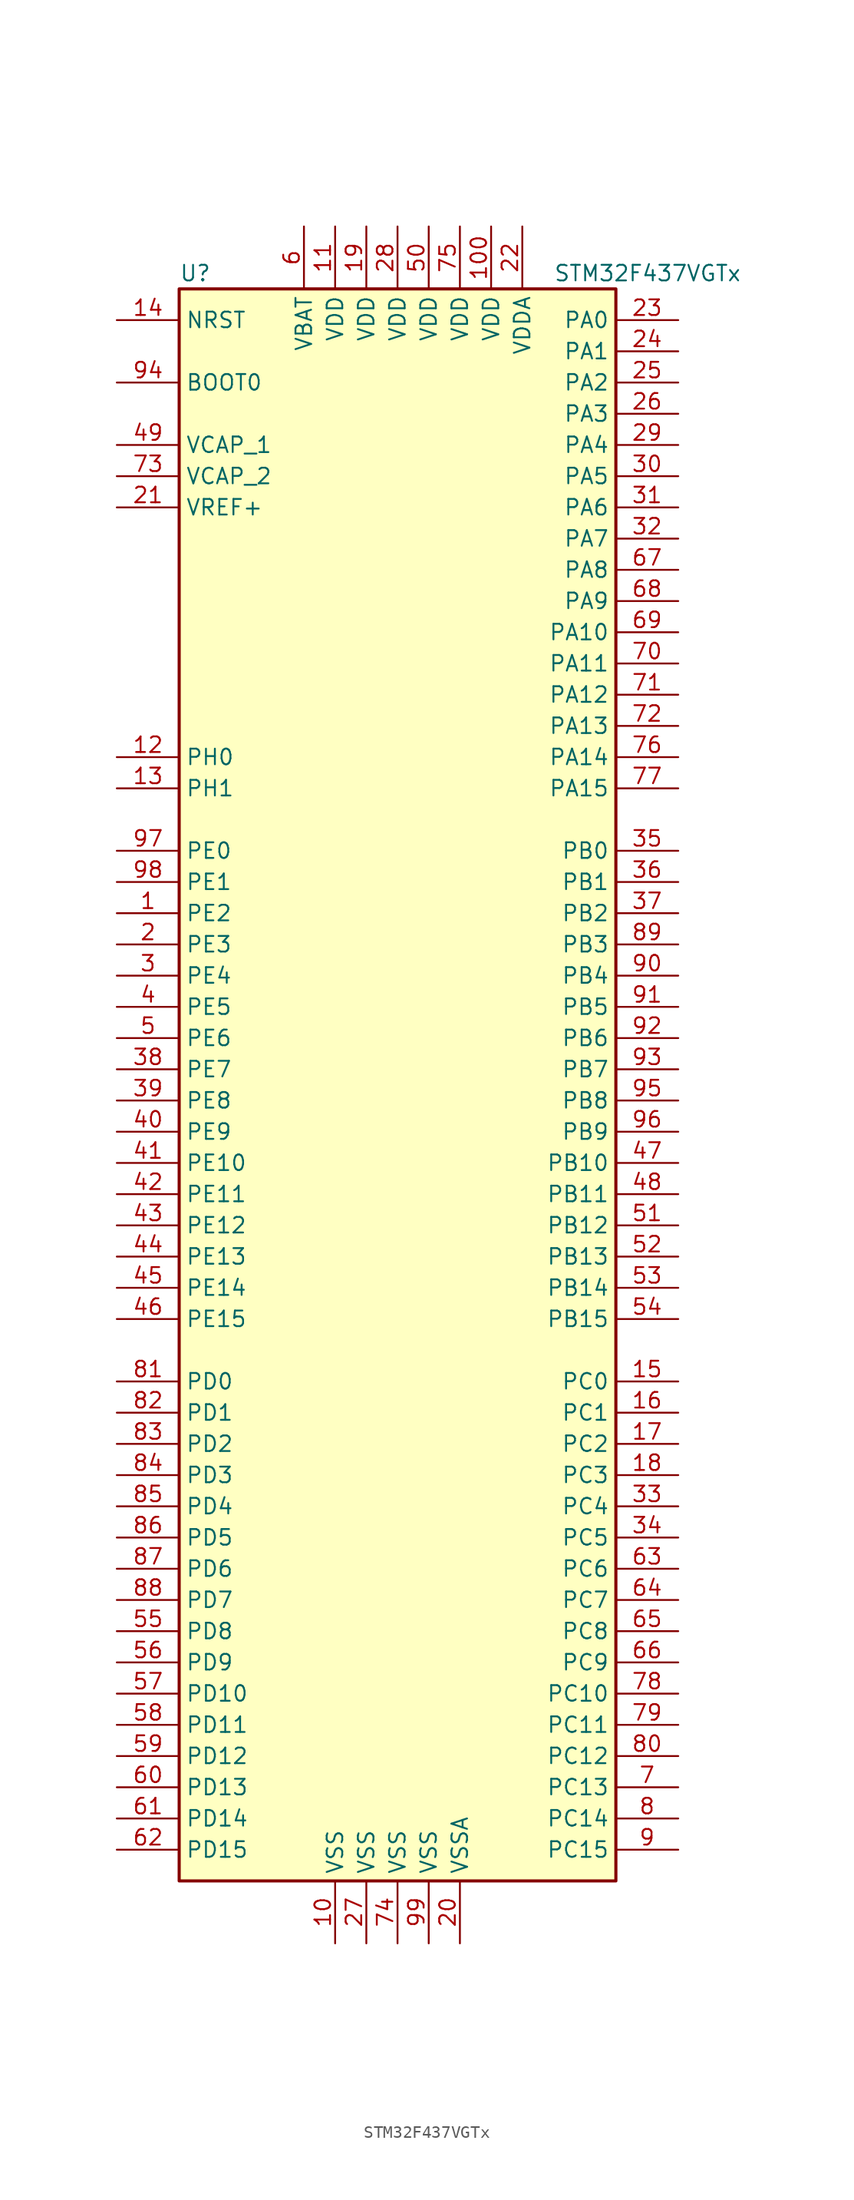
<source format=kicad_sym>
(kicad_symbol_lib
  (version 20201005)
  (generator kicad_symbol_editor)
  (symbol "MCU_ST_STM32F4:STM32F437VGTx"
    (property "Reference" "U"
      (at -17.78 64.77 0)
      (effects (font (size 1.27 1.27)) (justify left)))
    (property "Value" "STM32F437VGTx"
      (at 12.7 64.77 0)
      (effects (font (size 1.27 1.27)) (justify left)))
    (symbol "STM32F437VGTx_0_1"
      (rectangle (start -17.78 -66.04) (end 17.78 63.5) (stroke (width 0.254)) (fill (type background))))
    (symbol "STM32F437VGTx_1_1"
      (pin input line (at -22.86 55.88 0) (length 5.08) (name "BOOT0" (effects (font (size 1.27 1.27)))) (number "94" (effects (font (size 1.27 1.27)))))
      (pin input line (at -22.86 60.96 0) (length 5.08) (name "NRST" (effects (font (size 1.27 1.27)))) (number "14" (effects (font (size 1.27 1.27)))))
      (pin bidirectional line (at 22.86 60.96 180) (length 5.08) (name "PA0" (effects (font (size 1.27 1.27)))) (number "23" (effects (font (size 1.27 1.27)))))
      (pin bidirectional line (at 22.86 58.42 180) (length 5.08) (name "PA1" (effects (font (size 1.27 1.27)))) (number "24" (effects (font (size 1.27 1.27)))))
      (pin bidirectional line (at 22.86 35.56 180) (length 5.08) (name "PA10" (effects (font (size 1.27 1.27)))) (number "69" (effects (font (size 1.27 1.27)))))
      (pin bidirectional line (at 22.86 33.02 180) (length 5.08) (name "PA11" (effects (font (size 1.27 1.27)))) (number "70" (effects (font (size 1.27 1.27)))))
      (pin bidirectional line (at 22.86 30.48 180) (length 5.08) (name "PA12" (effects (font (size 1.27 1.27)))) (number "71" (effects (font (size 1.27 1.27)))))
      (pin bidirectional line (at 22.86 27.94 180) (length 5.08) (name "PA13" (effects (font (size 1.27 1.27)))) (number "72" (effects (font (size 1.27 1.27)))))
      (pin bidirectional line (at 22.86 25.4 180) (length 5.08) (name "PA14" (effects (font (size 1.27 1.27)))) (number "76" (effects (font (size 1.27 1.27)))))
      (pin bidirectional line (at 22.86 22.86 180) (length 5.08) (name "PA15" (effects (font (size 1.27 1.27)))) (number "77" (effects (font (size 1.27 1.27)))))
      (pin bidirectional line (at 22.86 55.88 180) (length 5.08) (name "PA2" (effects (font (size 1.27 1.27)))) (number "25" (effects (font (size 1.27 1.27)))))
      (pin bidirectional line (at 22.86 53.34 180) (length 5.08) (name "PA3" (effects (font (size 1.27 1.27)))) (number "26" (effects (font (size 1.27 1.27)))))
      (pin bidirectional line (at 22.86 50.8 180) (length 5.08) (name "PA4" (effects (font (size 1.27 1.27)))) (number "29" (effects (font (size 1.27 1.27)))))
      (pin bidirectional line (at 22.86 48.26 180) (length 5.08) (name "PA5" (effects (font (size 1.27 1.27)))) (number "30" (effects (font (size 1.27 1.27)))))
      (pin bidirectional line (at 22.86 45.72 180) (length 5.08) (name "PA6" (effects (font (size 1.27 1.27)))) (number "31" (effects (font (size 1.27 1.27)))))
      (pin bidirectional line (at 22.86 43.18 180) (length 5.08) (name "PA7" (effects (font (size 1.27 1.27)))) (number "32" (effects (font (size 1.27 1.27)))))
      (pin bidirectional line (at 22.86 40.64 180) (length 5.08) (name "PA8" (effects (font (size 1.27 1.27)))) (number "67" (effects (font (size 1.27 1.27)))))
      (pin bidirectional line (at 22.86 38.1 180) (length 5.08) (name "PA9" (effects (font (size 1.27 1.27)))) (number "68" (effects (font (size 1.27 1.27)))))
      (pin bidirectional line (at 22.86 17.78 180) (length 5.08) (name "PB0" (effects (font (size 1.27 1.27)))) (number "35" (effects (font (size 1.27 1.27)))))
      (pin bidirectional line (at 22.86 15.24 180) (length 5.08) (name "PB1" (effects (font (size 1.27 1.27)))) (number "36" (effects (font (size 1.27 1.27)))))
      (pin bidirectional line (at 22.86 -7.62 180) (length 5.08) (name "PB10" (effects (font (size 1.27 1.27)))) (number "47" (effects (font (size 1.27 1.27)))))
      (pin bidirectional line (at 22.86 -10.16 180) (length 5.08) (name "PB11" (effects (font (size 1.27 1.27)))) (number "48" (effects (font (size 1.27 1.27)))))
      (pin bidirectional line (at 22.86 -12.7 180) (length 5.08) (name "PB12" (effects (font (size 1.27 1.27)))) (number "51" (effects (font (size 1.27 1.27)))))
      (pin bidirectional line (at 22.86 -15.24 180) (length 5.08) (name "PB13" (effects (font (size 1.27 1.27)))) (number "52" (effects (font (size 1.27 1.27)))))
      (pin bidirectional line (at 22.86 -17.78 180) (length 5.08) (name "PB14" (effects (font (size 1.27 1.27)))) (number "53" (effects (font (size 1.27 1.27)))))
      (pin bidirectional line (at 22.86 -20.32 180) (length 5.08) (name "PB15" (effects (font (size 1.27 1.27)))) (number "54" (effects (font (size 1.27 1.27)))))
      (pin bidirectional line (at 22.86 12.7 180) (length 5.08) (name "PB2" (effects (font (size 1.27 1.27)))) (number "37" (effects (font (size 1.27 1.27)))))
      (pin bidirectional line (at 22.86 10.16 180) (length 5.08) (name "PB3" (effects (font (size 1.27 1.27)))) (number "89" (effects (font (size 1.27 1.27)))))
      (pin bidirectional line (at 22.86 7.62 180) (length 5.08) (name "PB4" (effects (font (size 1.27 1.27)))) (number "90" (effects (font (size 1.27 1.27)))))
      (pin bidirectional line (at 22.86 5.08 180) (length 5.08) (name "PB5" (effects (font (size 1.27 1.27)))) (number "91" (effects (font (size 1.27 1.27)))))
      (pin bidirectional line (at 22.86 2.54 180) (length 5.08) (name "PB6" (effects (font (size 1.27 1.27)))) (number "92" (effects (font (size 1.27 1.27)))))
      (pin bidirectional line (at 22.86 0 180) (length 5.08) (name "PB7" (effects (font (size 1.27 1.27)))) (number "93" (effects (font (size 1.27 1.27)))))
      (pin bidirectional line (at 22.86 -2.54 180) (length 5.08) (name "PB8" (effects (font (size 1.27 1.27)))) (number "95" (effects (font (size 1.27 1.27)))))
      (pin bidirectional line (at 22.86 -5.08 180) (length 5.08) (name "PB9" (effects (font (size 1.27 1.27)))) (number "96" (effects (font (size 1.27 1.27)))))
      (pin bidirectional line (at 22.86 -25.4 180) (length 5.08) (name "PC0" (effects (font (size 1.27 1.27)))) (number "15" (effects (font (size 1.27 1.27)))))
      (pin bidirectional line (at 22.86 -27.94 180) (length 5.08) (name "PC1" (effects (font (size 1.27 1.27)))) (number "16" (effects (font (size 1.27 1.27)))))
      (pin bidirectional line (at 22.86 -50.8 180) (length 5.08) (name "PC10" (effects (font (size 1.27 1.27)))) (number "78" (effects (font (size 1.27 1.27)))))
      (pin bidirectional line (at 22.86 -53.34 180) (length 5.08) (name "PC11" (effects (font (size 1.27 1.27)))) (number "79" (effects (font (size 1.27 1.27)))))
      (pin bidirectional line (at 22.86 -55.88 180) (length 5.08) (name "PC12" (effects (font (size 1.27 1.27)))) (number "80" (effects (font (size 1.27 1.27)))))
      (pin bidirectional line (at 22.86 -58.42 180) (length 5.08) (name "PC13" (effects (font (size 1.27 1.27)))) (number "7" (effects (font (size 1.27 1.27)))))
      (pin bidirectional line (at 22.86 -60.96 180) (length 5.08) (name "PC14" (effects (font (size 1.27 1.27)))) (number "8" (effects (font (size 1.27 1.27)))))
      (pin bidirectional line (at 22.86 -63.5 180) (length 5.08) (name "PC15" (effects (font (size 1.27 1.27)))) (number "9" (effects (font (size 1.27 1.27)))))
      (pin bidirectional line (at 22.86 -30.48 180) (length 5.08) (name "PC2" (effects (font (size 1.27 1.27)))) (number "17" (effects (font (size 1.27 1.27)))))
      (pin bidirectional line (at 22.86 -33.02 180) (length 5.08) (name "PC3" (effects (font (size 1.27 1.27)))) (number "18" (effects (font (size 1.27 1.27)))))
      (pin bidirectional line (at 22.86 -35.56 180) (length 5.08) (name "PC4" (effects (font (size 1.27 1.27)))) (number "33" (effects (font (size 1.27 1.27)))))
      (pin bidirectional line (at 22.86 -38.1 180) (length 5.08) (name "PC5" (effects (font (size 1.27 1.27)))) (number "34" (effects (font (size 1.27 1.27)))))
      (pin bidirectional line (at 22.86 -40.64 180) (length 5.08) (name "PC6" (effects (font (size 1.27 1.27)))) (number "63" (effects (font (size 1.27 1.27)))))
      (pin bidirectional line (at 22.86 -43.18 180) (length 5.08) (name "PC7" (effects (font (size 1.27 1.27)))) (number "64" (effects (font (size 1.27 1.27)))))
      (pin bidirectional line (at 22.86 -45.72 180) (length 5.08) (name "PC8" (effects (font (size 1.27 1.27)))) (number "65" (effects (font (size 1.27 1.27)))))
      (pin bidirectional line (at 22.86 -48.26 180) (length 5.08) (name "PC9" (effects (font (size 1.27 1.27)))) (number "66" (effects (font (size 1.27 1.27)))))
      (pin bidirectional line (at -22.86 -25.4 0) (length 5.08) (name "PD0" (effects (font (size 1.27 1.27)))) (number "81" (effects (font (size 1.27 1.27)))))
      (pin bidirectional line (at -22.86 -27.94 0) (length 5.08) (name "PD1" (effects (font (size 1.27 1.27)))) (number "82" (effects (font (size 1.27 1.27)))))
      (pin bidirectional line (at -22.86 -50.8 0) (length 5.08) (name "PD10" (effects (font (size 1.27 1.27)))) (number "57" (effects (font (size 1.27 1.27)))))
      (pin bidirectional line (at -22.86 -53.34 0) (length 5.08) (name "PD11" (effects (font (size 1.27 1.27)))) (number "58" (effects (font (size 1.27 1.27)))))
      (pin bidirectional line (at -22.86 -55.88 0) (length 5.08) (name "PD12" (effects (font (size 1.27 1.27)))) (number "59" (effects (font (size 1.27 1.27)))))
      (pin bidirectional line (at -22.86 -58.42 0) (length 5.08) (name "PD13" (effects (font (size 1.27 1.27)))) (number "60" (effects (font (size 1.27 1.27)))))
      (pin bidirectional line (at -22.86 -60.96 0) (length 5.08) (name "PD14" (effects (font (size 1.27 1.27)))) (number "61" (effects (font (size 1.27 1.27)))))
      (pin bidirectional line (at -22.86 -63.5 0) (length 5.08) (name "PD15" (effects (font (size 1.27 1.27)))) (number "62" (effects (font (size 1.27 1.27)))))
      (pin bidirectional line (at -22.86 -30.48 0) (length 5.08) (name "PD2" (effects (font (size 1.27 1.27)))) (number "83" (effects (font (size 1.27 1.27)))))
      (pin bidirectional line (at -22.86 -33.02 0) (length 5.08) (name "PD3" (effects (font (size 1.27 1.27)))) (number "84" (effects (font (size 1.27 1.27)))))
      (pin bidirectional line (at -22.86 -35.56 0) (length 5.08) (name "PD4" (effects (font (size 1.27 1.27)))) (number "85" (effects (font (size 1.27 1.27)))))
      (pin bidirectional line (at -22.86 -38.1 0) (length 5.08) (name "PD5" (effects (font (size 1.27 1.27)))) (number "86" (effects (font (size 1.27 1.27)))))
      (pin bidirectional line (at -22.86 -40.64 0) (length 5.08) (name "PD6" (effects (font (size 1.27 1.27)))) (number "87" (effects (font (size 1.27 1.27)))))
      (pin bidirectional line (at -22.86 -43.18 0) (length 5.08) (name "PD7" (effects (font (size 1.27 1.27)))) (number "88" (effects (font (size 1.27 1.27)))))
      (pin bidirectional line (at -22.86 -45.72 0) (length 5.08) (name "PD8" (effects (font (size 1.27 1.27)))) (number "55" (effects (font (size 1.27 1.27)))))
      (pin bidirectional line (at -22.86 -48.26 0) (length 5.08) (name "PD9" (effects (font (size 1.27 1.27)))) (number "56" (effects (font (size 1.27 1.27)))))
      (pin bidirectional line (at -22.86 17.78 0) (length 5.08) (name "PE0" (effects (font (size 1.27 1.27)))) (number "97" (effects (font (size 1.27 1.27)))))
      (pin bidirectional line (at -22.86 15.24 0) (length 5.08) (name "PE1" (effects (font (size 1.27 1.27)))) (number "98" (effects (font (size 1.27 1.27)))))
      (pin bidirectional line (at -22.86 -7.62 0) (length 5.08) (name "PE10" (effects (font (size 1.27 1.27)))) (number "41" (effects (font (size 1.27 1.27)))))
      (pin bidirectional line (at -22.86 -10.16 0) (length 5.08) (name "PE11" (effects (font (size 1.27 1.27)))) (number "42" (effects (font (size 1.27 1.27)))))
      (pin bidirectional line (at -22.86 -12.7 0) (length 5.08) (name "PE12" (effects (font (size 1.27 1.27)))) (number "43" (effects (font (size 1.27 1.27)))))
      (pin bidirectional line (at -22.86 -15.24 0) (length 5.08) (name "PE13" (effects (font (size 1.27 1.27)))) (number "44" (effects (font (size 1.27 1.27)))))
      (pin bidirectional line (at -22.86 -17.78 0) (length 5.08) (name "PE14" (effects (font (size 1.27 1.27)))) (number "45" (effects (font (size 1.27 1.27)))))
      (pin bidirectional line (at -22.86 -20.32 0) (length 5.08) (name "PE15" (effects (font (size 1.27 1.27)))) (number "46" (effects (font (size 1.27 1.27)))))
      (pin bidirectional line (at -22.86 12.7 0) (length 5.08) (name "PE2" (effects (font (size 1.27 1.27)))) (number "1" (effects (font (size 1.27 1.27)))))
      (pin bidirectional line (at -22.86 10.16 0) (length 5.08) (name "PE3" (effects (font (size 1.27 1.27)))) (number "2" (effects (font (size 1.27 1.27)))))
      (pin bidirectional line (at -22.86 7.62 0) (length 5.08) (name "PE4" (effects (font (size 1.27 1.27)))) (number "3" (effects (font (size 1.27 1.27)))))
      (pin bidirectional line (at -22.86 5.08 0) (length 5.08) (name "PE5" (effects (font (size 1.27 1.27)))) (number "4" (effects (font (size 1.27 1.27)))))
      (pin bidirectional line (at -22.86 2.54 0) (length 5.08) (name "PE6" (effects (font (size 1.27 1.27)))) (number "5" (effects (font (size 1.27 1.27)))))
      (pin bidirectional line (at -22.86 0 0) (length 5.08) (name "PE7" (effects (font (size 1.27 1.27)))) (number "38" (effects (font (size 1.27 1.27)))))
      (pin bidirectional line (at -22.86 -2.54 0) (length 5.08) (name "PE8" (effects (font (size 1.27 1.27)))) (number "39" (effects (font (size 1.27 1.27)))))
      (pin bidirectional line (at -22.86 -5.08 0) (length 5.08) (name "PE9" (effects (font (size 1.27 1.27)))) (number "40" (effects (font (size 1.27 1.27)))))
      (pin input line (at -22.86 25.4 0) (length 5.08) (name "PH0" (effects (font (size 1.27 1.27)))) (number "12" (effects (font (size 1.27 1.27)))))
      (pin input line (at -22.86 22.86 0) (length 5.08) (name "PH1" (effects (font (size 1.27 1.27)))) (number "13" (effects (font (size 1.27 1.27)))))
      (pin power_in line (at -7.62 68.58 270) (length 5.08) (name "VBAT" (effects (font (size 1.27 1.27)))) (number "6" (effects (font (size 1.27 1.27)))))
      (pin power_in line (at -22.86 50.8 0) (length 5.08) (name "VCAP_1" (effects (font (size 1.27 1.27)))) (number "49" (effects (font (size 1.27 1.27)))))
      (pin power_in line (at -22.86 48.26 0) (length 5.08) (name "VCAP_2" (effects (font (size 1.27 1.27)))) (number "73" (effects (font (size 1.27 1.27)))))
      (pin power_in line (at 7.62 68.58 270) (length 5.08) (name "VDD" (effects (font (size 1.27 1.27)))) (number "100" (effects (font (size 1.27 1.27)))))
      (pin power_in line (at -5.08 68.58 270) (length 5.08) (name "VDD" (effects (font (size 1.27 1.27)))) (number "11" (effects (font (size 1.27 1.27)))))
      (pin power_in line (at -2.54 68.58 270) (length 5.08) (name "VDD" (effects (font (size 1.27 1.27)))) (number "19" (effects (font (size 1.27 1.27)))))
      (pin power_in line (at 0 68.58 270) (length 5.08) (name "VDD" (effects (font (size 1.27 1.27)))) (number "28" (effects (font (size 1.27 1.27)))))
      (pin power_in line (at 2.54 68.58 270) (length 5.08) (name "VDD" (effects (font (size 1.27 1.27)))) (number "50" (effects (font (size 1.27 1.27)))))
      (pin power_in line (at 5.08 68.58 270) (length 5.08) (name "VDD" (effects (font (size 1.27 1.27)))) (number "75" (effects (font (size 1.27 1.27)))))
      (pin power_in line (at 10.16 68.58 270) (length 5.08) (name "VDDA" (effects (font (size 1.27 1.27)))) (number "22" (effects (font (size 1.27 1.27)))))
      (pin power_in line (at -22.86 45.72 0) (length 5.08) (name "VREF+" (effects (font (size 1.27 1.27)))) (number "21" (effects (font (size 1.27 1.27)))))
      (pin power_in line (at -5.08 -71.12 90) (length 5.08) (name "VSS" (effects (font (size 1.27 1.27)))) (number "10" (effects (font (size 1.27 1.27)))))
      (pin power_in line (at -2.54 -71.12 90) (length 5.08) (name "VSS" (effects (font (size 1.27 1.27)))) (number "27" (effects (font (size 1.27 1.27)))))
      (pin power_in line (at 0 -71.12 90) (length 5.08) (name "VSS" (effects (font (size 1.27 1.27)))) (number "74" (effects (font (size 1.27 1.27)))))
      (pin power_in line (at 2.54 -71.12 90) (length 5.08) (name "VSS" (effects (font (size 1.27 1.27)))) (number "99" (effects (font (size 1.27 1.27)))))
      (pin power_in line (at 5.08 -71.12 90) (length 5.08) (name "VSSA" (effects (font (size 1.27 1.27)))) (number "20" (effects (font (size 1.27 1.27))))))))
</source>
